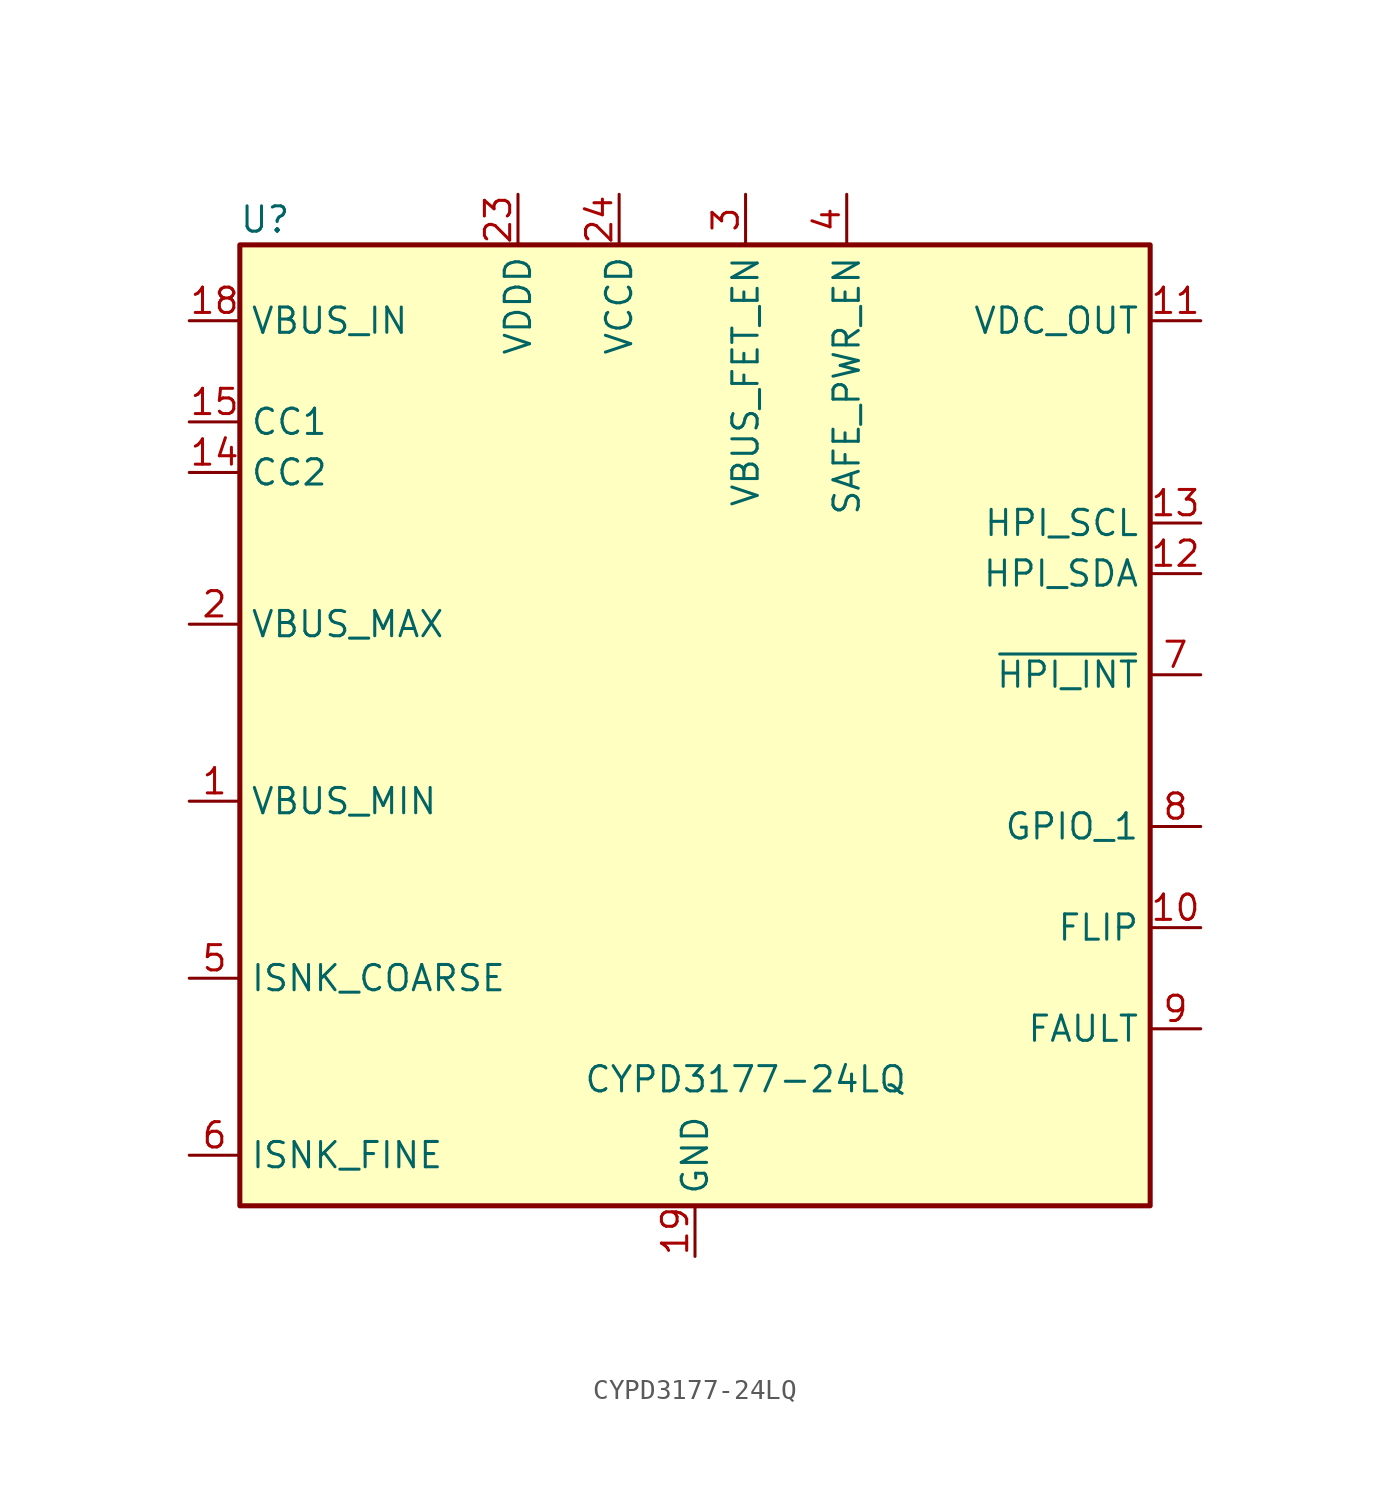
<source format=kicad_sym>
(kicad_symbol_lib
  (version 20241209)
  (generator "kicad_symbol_editor")
  (generator_version "9.0")
  (symbol "CYPD3177-24LQ"
    (property "Reference" "U"
      (at -13.97 21.59 0)
      (effects (font (size 1.27 1.27))))
    (property "Value" "CYPD3177-24LQ"
      (at 10.16 -21.59 0)
      (effects (font (size 1.27 1.27))))
    (symbol "CYPD3177-24LQ_0_1"
      (rectangle (start -15.24 20.32) (end 30.48 -27.94) (stroke (width 0.254) (type default)) (fill (type background))))
    (symbol "CYPD3177-24LQ_1_1"
      (pin power_in line (at -17.78 16.51 0) (length 2.54) (name "VBUS_IN" (effects (font (size 1.27 1.27)))) (number "18" (effects (font (size 1.27 1.27)))))
      (pin bidirectional line (at -17.78 11.43 0) (length 2.54) (name "CC1" (effects (font (size 1.27 1.27)))) (number "15" (effects (font (size 1.27 1.27)))))
      (pin bidirectional line (at -17.78 8.89 0) (length 2.54) (name "CC2" (effects (font (size 1.27 1.27)))) (number "14" (effects (font (size 1.27 1.27)))))
      (pin input line (at -17.78 1.27 0) (length 2.54) (name "VBUS_MAX" (effects (font (size 1.27 1.27)))) (number "2" (effects (font (size 1.27 1.27)))))
      (pin input line (at -17.78 -7.62 0) (length 2.54) (name "VBUS_MIN" (effects (font (size 1.27 1.27)))) (number "1" (effects (font (size 1.27 1.27)))))
      (pin input line (at -17.78 -16.51 0) (length 2.54) (name "ISNK_COARSE" (effects (font (size 1.27 1.27)))) (number "5" (effects (font (size 1.27 1.27)))))
      (pin input line (at -17.78 -25.4 0) (length 2.54) (name "ISNK_FINE" (effects (font (size 1.27 1.27)))) (number "6" (effects (font (size 1.27 1.27)))))
      (pin no_connect line (at -15.24 5.08 0) (length 2.54) (hide yes) (name "NC" (effects (font (size 1.27 1.27)))) (number "17" (effects (font (size 1.27 1.27)))))
      (pin no_connect line (at -15.24 2.54 0) (length 2.54) (hide yes) (name "NC" (effects (font (size 1.27 1.27)))) (number "16" (effects (font (size 1.27 1.27)))))
      (pin power_out line (at -1.27 22.86 270) (length 2.54) (name "VDDD" (effects (font (size 1.27 1.27)))) (number "23" (effects (font (size 1.27 1.27)))))
      (pin passive line (at 0 -30.48 90) (length 2.54) (hide yes) (name "GND" (effects (font (size 1.27 1.27)))) (number "22" (effects (font (size 1.27 1.27)))))
      (pin passive line (at 0 -30.48 90) (length 2.54) (hide yes) (name "GND" (effects (font (size 1.27 1.27)))) (number "25" (effects (font (size 1.27 1.27)))))
      (pin power_out line (at 3.81 22.86 270) (length 2.54) (name "VCCD" (effects (font (size 1.27 1.27)))) (number "24" (effects (font (size 1.27 1.27)))))
      (pin power_in line (at 7.62 -30.48 90) (length 2.54) (name "GND" (effects (font (size 1.27 1.27)))) (number "19" (effects (font (size 1.27 1.27)))))
      (pin output line (at 10.16 22.86 270) (length 2.54) (name "VBUS_FET_EN" (effects (font (size 1.27 1.27)))) (number "3" (effects (font (size 1.27 1.27)))))
      (pin output line (at 15.24 22.86 270) (length 2.54) (name "SAFE_PWR_EN" (effects (font (size 1.27 1.27)))) (number "4" (effects (font (size 1.27 1.27)))))
      (pin no_connect line (at 15.24 17.78 180) (length 2.54) (hide yes) (name "NC" (effects (font (size 1.27 1.27)))) (number "20" (effects (font (size 1.27 1.27)))))
      (pin no_connect line (at 15.24 15.24 180) (length 2.54) (hide yes) (name "NC" (effects (font (size 1.27 1.27)))) (number "21" (effects (font (size 1.27 1.27)))))
      (pin output line (at 33.02 16.51 180) (length 2.54) (name "VDC_OUT" (effects (font (size 1.27 1.27)))) (number "11" (effects (font (size 1.27 1.27)))))
      (pin bidirectional line (at 33.02 6.35 180) (length 2.54) (name "HPI_SCL" (effects (font (size 1.27 1.27)))) (number "13" (effects (font (size 1.27 1.27)))))
      (pin bidirectional line (at 33.02 3.81 180) (length 2.54) (name "HPI_SDA" (effects (font (size 1.27 1.27)))) (number "12" (effects (font (size 1.27 1.27)))))
      (pin input line (at 33.02 -1.27 180) (length 2.54) (name "~{HPI_INT}" (effects (font (size 1.27 1.27)))) (number "7" (effects (font (size 1.27 1.27)))))
      (pin bidirectional line (at 33.02 -8.89 180) (length 2.54) (name "GPIO_1" (effects (font (size 1.27 1.27)))) (number "8" (effects (font (size 1.27 1.27)))))
      (pin output line (at 33.02 -13.97 180) (length 2.54) (name "FLIP" (effects (font (size 1.27 1.27)))) (number "10" (effects (font (size 1.27 1.27)))))
      (pin output line (at 33.02 -19.05 180) (length 2.54) (name "FAULT" (effects (font (size 1.27 1.27)))) (number "9" (effects (font (size 1.27 1.27))))))))
</source>
